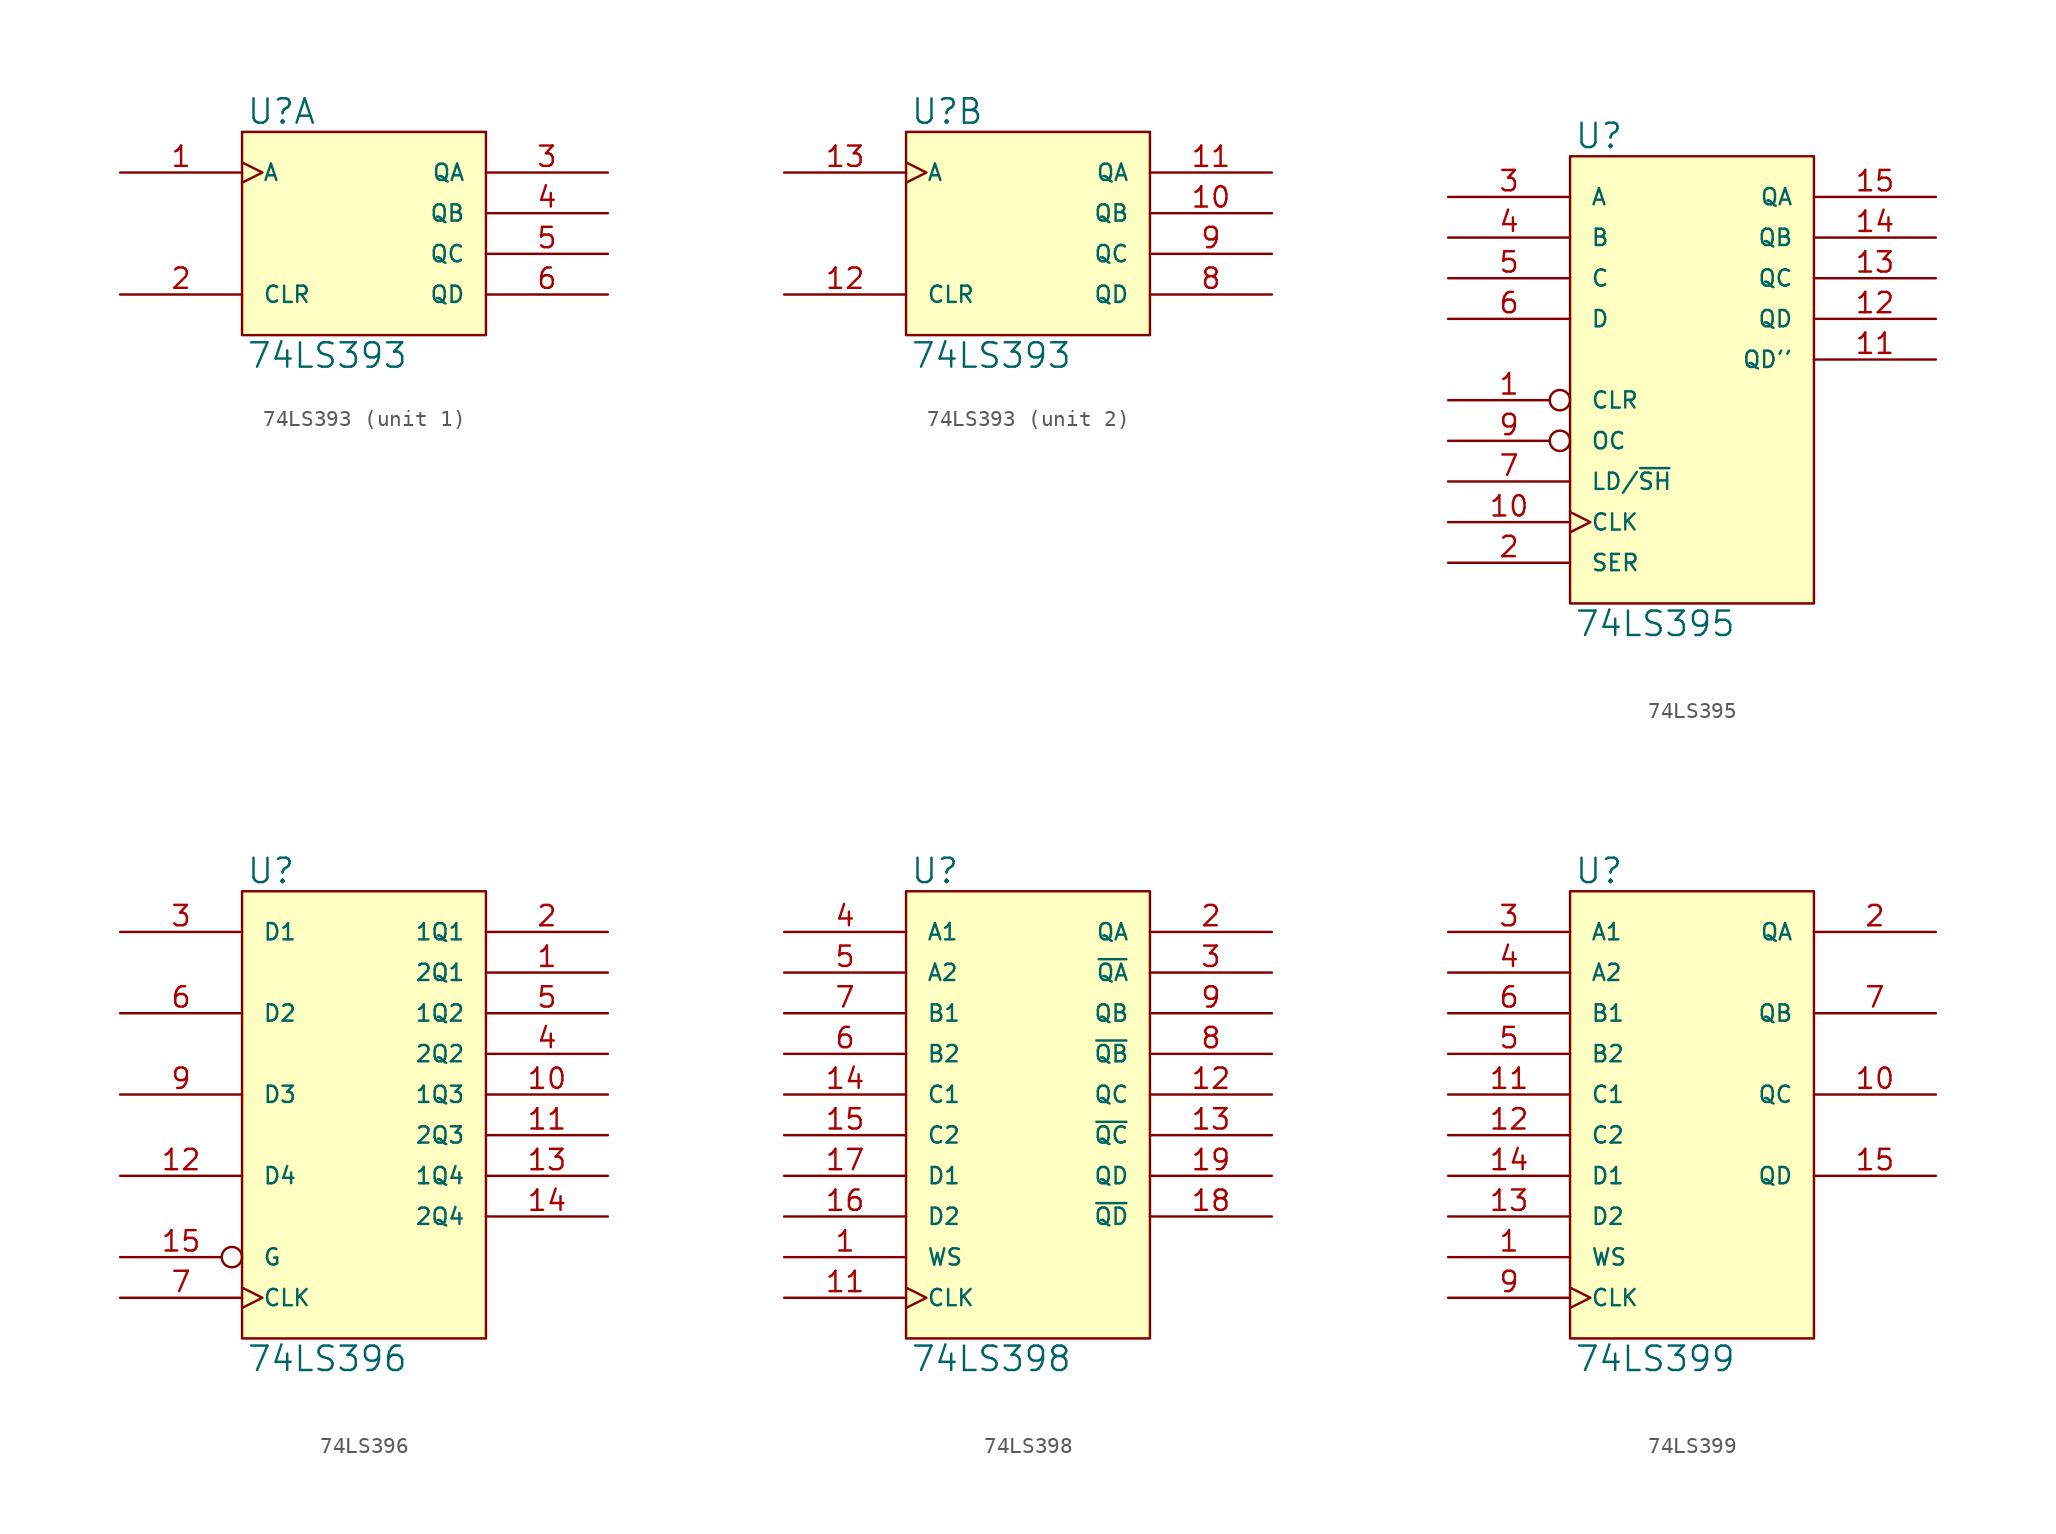
<source format=kicad_sym>
(kicad_symbol_lib
  (version 20231120)
  (generator "kicad_symbol_editor")
  (generator_version "8.0")
  (symbol "74LS393"
    (pin_names
      (offset 1.27))
    (property "Reference" "U"
      (at 0.254 0.381 0)
      (effects (font (size 1.524 1.524)) (justify left bottom)))
    (property "Value" "74LS393"
      (at 0.254 -13.081 0)
      (effects (font (size 1.524 1.524)) (justify left top)))
    (symbol "74LS393_0_1"
      (rectangle (start 0 0) (end 15.24 -12.7) (stroke (width 0) (type solid)) (fill (type background))))
    (symbol "74LS393_1_1"
      (pin input clock (at -7.62 -2.54 0) (length 7.62) (name "A" (effects (font (size 1.016 1.016)))) (number "1" (effects (font (size 1.27 1.27)))))
      (pin power_in line (at 0 0 270) (length 0) hide (name "VCC" (effects (font (size 1.016 1.016)))) (number "14" (effects (font (size 1.27 1.27)))))
      (pin input line (at -7.62 -10.16 0) (length 7.62) (name "CLR" (effects (font (size 1.016 1.016)))) (number "2" (effects (font (size 1.27 1.27)))))
      (pin output line (at 22.86 -2.54 180) (length 7.62) (name "QA" (effects (font (size 1.016 1.016)))) (number "3" (effects (font (size 1.27 1.27)))))
      (pin output line (at 22.86 -5.08 180) (length 7.62) (name "QB" (effects (font (size 1.016 1.016)))) (number "4" (effects (font (size 1.27 1.27)))))
      (pin output line (at 22.86 -7.62 180) (length 7.62) (name "QC" (effects (font (size 1.016 1.016)))) (number "5" (effects (font (size 1.27 1.27)))))
      (pin output line (at 22.86 -10.16 180) (length 7.62) (name "QD" (effects (font (size 1.016 1.016)))) (number "6" (effects (font (size 1.27 1.27)))))
      (pin power_in line (at 0 -12.7 90) (length 0) hide (name "GND" (effects (font (size 1.016 1.016)))) (number "7" (effects (font (size 1.27 1.27))))))
    (symbol "74LS393_2_1"
      (pin output line (at 22.86 -5.08 180) (length 7.62) (name "QB" (effects (font (size 1.016 1.016)))) (number "10" (effects (font (size 1.27 1.27)))))
      (pin output line (at 22.86 -2.54 180) (length 7.62) (name "QA" (effects (font (size 1.016 1.016)))) (number "11" (effects (font (size 1.27 1.27)))))
      (pin input line (at -7.62 -10.16 0) (length 7.62) (name "CLR" (effects (font (size 1.016 1.016)))) (number "12" (effects (font (size 1.27 1.27)))))
      (pin input clock (at -7.62 -2.54 0) (length 7.62) (name "A" (effects (font (size 1.016 1.016)))) (number "13" (effects (font (size 1.27 1.27)))))
      (pin power_in line (at 0 0 270) (length 0) hide (name "VCC" (effects (font (size 1.016 1.016)))) (number "14" (effects (font (size 1.27 1.27)))))
      (pin power_in line (at 0 -12.7 90) (length 0) hide (name "GND" (effects (font (size 1.016 1.016)))) (number "7" (effects (font (size 1.27 1.27)))))
      (pin output line (at 22.86 -10.16 180) (length 7.62) (name "QD" (effects (font (size 1.016 1.016)))) (number "8" (effects (font (size 1.27 1.27)))))
      (pin output line (at 22.86 -7.62 180) (length 7.62) (name "QC" (effects (font (size 1.016 1.016)))) (number "9" (effects (font (size 1.27 1.27)))))))
  (symbol "74LS395"
    (pin_names
      (offset 1.27))
    (property "Reference" "U"
      (at 0.254 0.381 0)
      (effects (font (size 1.524 1.524)) (justify left bottom)))
    (property "Value" "74LS395"
      (at 0.254 -28.321 0)
      (effects (font (size 1.524 1.524)) (justify left top)))
    (symbol "74LS395_0_1"
      (rectangle (start 0 0) (end 15.24 -27.94) (stroke (width 0) (type solid)) (fill (type background))))
    (symbol "74LS395_1_1"
      (pin input inverted (at -7.62 -15.24 0) (length 7.62) (name "CLR" (effects (font (size 1.016 1.016)))) (number "1" (effects (font (size 1.27 1.27)))))
      (pin input clock (at -7.62 -22.86 0) (length 7.62) (name "CLK" (effects (font (size 1.016 1.016)))) (number "10" (effects (font (size 1.27 1.27)))))
      (pin tri_state line (at 22.86 -12.7 180) (length 7.62) (name "QD''" (effects (font (size 1.016 1.016)))) (number "11" (effects (font (size 1.27 1.27)))))
      (pin tri_state line (at 22.86 -10.16 180) (length 7.62) (name "QD" (effects (font (size 1.016 1.016)))) (number "12" (effects (font (size 1.27 1.27)))))
      (pin tri_state line (at 22.86 -7.62 180) (length 7.62) (name "QC" (effects (font (size 1.016 1.016)))) (number "13" (effects (font (size 1.27 1.27)))))
      (pin tri_state line (at 22.86 -5.08 180) (length 7.62) (name "QB" (effects (font (size 1.016 1.016)))) (number "14" (effects (font (size 1.27 1.27)))))
      (pin tri_state line (at 22.86 -2.54 180) (length 7.62) (name "QA" (effects (font (size 1.016 1.016)))) (number "15" (effects (font (size 1.27 1.27)))))
      (pin power_in line (at 0 0 270) (length 0) hide (name "VCC" (effects (font (size 1.016 1.016)))) (number "16" (effects (font (size 1.27 1.27)))))
      (pin input line (at -7.62 -25.4 0) (length 7.62) (name "SER" (effects (font (size 1.016 1.016)))) (number "2" (effects (font (size 1.27 1.27)))))
      (pin input line (at -7.62 -2.54 0) (length 7.62) (name "A" (effects (font (size 1.016 1.016)))) (number "3" (effects (font (size 1.27 1.27)))))
      (pin input line (at -7.62 -5.08 0) (length 7.62) (name "B" (effects (font (size 1.016 1.016)))) (number "4" (effects (font (size 1.27 1.27)))))
      (pin input line (at -7.62 -7.62 0) (length 7.62) (name "C" (effects (font (size 1.016 1.016)))) (number "5" (effects (font (size 1.27 1.27)))))
      (pin input line (at -7.62 -10.16 0) (length 7.62) (name "D" (effects (font (size 1.016 1.016)))) (number "6" (effects (font (size 1.27 1.27)))))
      (pin input line (at -7.62 -20.32 0) (length 7.62) (name "LD/~{SH}" (effects (font (size 1.016 1.016)))) (number "7" (effects (font (size 1.27 1.27)))))
      (pin power_in line (at 0 -27.94 90) (length 0) hide (name "GND" (effects (font (size 1.016 1.016)))) (number "8" (effects (font (size 1.27 1.27)))))
      (pin input inverted (at -7.62 -17.78 0) (length 7.62) (name "OC" (effects (font (size 1.016 1.016)))) (number "9" (effects (font (size 1.27 1.27)))))))
  (symbol "74LS396"
    (pin_names
      (offset 1.27))
    (property "Reference" "U"
      (at 0.254 0.381 0)
      (effects (font (size 1.524 1.524)) (justify left bottom)))
    (property "Value" "74LS396"
      (at 0.254 -28.321 0)
      (effects (font (size 1.524 1.524)) (justify left top)))
    (symbol "74LS396_0_1"
      (rectangle (start 0 0) (end 15.24 -27.94) (stroke (width 0) (type solid)) (fill (type background))))
    (symbol "74LS396_1_1"
      (pin output line (at 22.86 -5.08 180) (length 7.62) (name "2Q1" (effects (font (size 1.016 1.016)))) (number "1" (effects (font (size 1.27 1.27)))))
      (pin output line (at 22.86 -12.7 180) (length 7.62) (name "1Q3" (effects (font (size 1.016 1.016)))) (number "10" (effects (font (size 1.27 1.27)))))
      (pin output line (at 22.86 -15.24 180) (length 7.62) (name "2Q3" (effects (font (size 1.016 1.016)))) (number "11" (effects (font (size 1.27 1.27)))))
      (pin input line (at -7.62 -17.78 0) (length 7.62) (name "D4" (effects (font (size 1.016 1.016)))) (number "12" (effects (font (size 1.27 1.27)))))
      (pin output line (at 22.86 -17.78 180) (length 7.62) (name "1Q4" (effects (font (size 1.016 1.016)))) (number "13" (effects (font (size 1.27 1.27)))))
      (pin output line (at 22.86 -20.32 180) (length 7.62) (name "2Q4" (effects (font (size 1.016 1.016)))) (number "14" (effects (font (size 1.27 1.27)))))
      (pin input inverted (at -7.62 -22.86 0) (length 7.62) (name "G" (effects (font (size 1.016 1.016)))) (number "15" (effects (font (size 1.27 1.27)))))
      (pin power_in line (at 0 0 270) (length 0) hide (name "VCC" (effects (font (size 1.016 1.016)))) (number "16" (effects (font (size 1.27 1.27)))))
      (pin output line (at 22.86 -2.54 180) (length 7.62) (name "1Q1" (effects (font (size 1.016 1.016)))) (number "2" (effects (font (size 1.27 1.27)))))
      (pin input line (at -7.62 -2.54 0) (length 7.62) (name "D1" (effects (font (size 1.016 1.016)))) (number "3" (effects (font (size 1.27 1.27)))))
      (pin output line (at 22.86 -10.16 180) (length 7.62) (name "2Q2" (effects (font (size 1.016 1.016)))) (number "4" (effects (font (size 1.27 1.27)))))
      (pin output line (at 22.86 -7.62 180) (length 7.62) (name "1Q2" (effects (font (size 1.016 1.016)))) (number "5" (effects (font (size 1.27 1.27)))))
      (pin input line (at -7.62 -7.62 0) (length 7.62) (name "D2" (effects (font (size 1.016 1.016)))) (number "6" (effects (font (size 1.27 1.27)))))
      (pin input clock (at -7.62 -25.4 0) (length 7.62) (name "CLK" (effects (font (size 1.016 1.016)))) (number "7" (effects (font (size 1.27 1.27)))))
      (pin power_in line (at 0 -27.94 90) (length 0) hide (name "GND" (effects (font (size 1.016 1.016)))) (number "8" (effects (font (size 1.27 1.27)))))
      (pin input line (at -7.62 -12.7 0) (length 7.62) (name "D3" (effects (font (size 1.016 1.016)))) (number "9" (effects (font (size 1.27 1.27)))))))
  (symbol "74LS398"
    (pin_names
      (offset 1.27))
    (property "Reference" "U"
      (at 0.254 0.381 0)
      (effects (font (size 1.524 1.524)) (justify left bottom)))
    (property "Value" "74LS398"
      (at 0.254 -28.321 0)
      (effects (font (size 1.524 1.524)) (justify left top)))
    (symbol "74LS398_0_1"
      (rectangle (start 0 0) (end 15.24 -27.94) (stroke (width 0) (type solid)) (fill (type background))))
    (symbol "74LS398_1_1"
      (pin input line (at -7.62 -22.86 0) (length 7.62) (name "WS" (effects (font (size 1.016 1.016)))) (number "1" (effects (font (size 1.27 1.27)))))
      (pin power_in line (at 0 -27.94 90) (length 0) hide (name "GND" (effects (font (size 1.016 1.016)))) (number "10" (effects (font (size 1.27 1.27)))))
      (pin input clock (at -7.62 -25.4 0) (length 7.62) (name "CLK" (effects (font (size 1.016 1.016)))) (number "11" (effects (font (size 1.27 1.27)))))
      (pin output line (at 22.86 -12.7 180) (length 7.62) (name "QC" (effects (font (size 1.016 1.016)))) (number "12" (effects (font (size 1.27 1.27)))))
      (pin output line (at 22.86 -15.24 180) (length 7.62) (name "~{QC}" (effects (font (size 1.016 1.016)))) (number "13" (effects (font (size 1.27 1.27)))))
      (pin input line (at -7.62 -12.7 0) (length 7.62) (name "C1" (effects (font (size 1.016 1.016)))) (number "14" (effects (font (size 1.27 1.27)))))
      (pin input line (at -7.62 -15.24 0) (length 7.62) (name "C2" (effects (font (size 1.016 1.016)))) (number "15" (effects (font (size 1.27 1.27)))))
      (pin input line (at -7.62 -20.32 0) (length 7.62) (name "D2" (effects (font (size 1.016 1.016)))) (number "16" (effects (font (size 1.27 1.27)))))
      (pin input line (at -7.62 -17.78 0) (length 7.62) (name "D1" (effects (font (size 1.016 1.016)))) (number "17" (effects (font (size 1.27 1.27)))))
      (pin output line (at 22.86 -20.32 180) (length 7.62) (name "~{QD}" (effects (font (size 1.016 1.016)))) (number "18" (effects (font (size 1.27 1.27)))))
      (pin output line (at 22.86 -17.78 180) (length 7.62) (name "QD" (effects (font (size 1.016 1.016)))) (number "19" (effects (font (size 1.27 1.27)))))
      (pin output line (at 22.86 -2.54 180) (length 7.62) (name "QA" (effects (font (size 1.016 1.016)))) (number "2" (effects (font (size 1.27 1.27)))))
      (pin power_in line (at 0 0 270) (length 0) hide (name "VCC" (effects (font (size 1.016 1.016)))) (number "20" (effects (font (size 1.27 1.27)))))
      (pin output line (at 22.86 -5.08 180) (length 7.62) (name "~{QA}" (effects (font (size 1.016 1.016)))) (number "3" (effects (font (size 1.27 1.27)))))
      (pin input line (at -7.62 -2.54 0) (length 7.62) (name "A1" (effects (font (size 1.016 1.016)))) (number "4" (effects (font (size 1.27 1.27)))))
      (pin input line (at -7.62 -5.08 0) (length 7.62) (name "A2" (effects (font (size 1.016 1.016)))) (number "5" (effects (font (size 1.27 1.27)))))
      (pin input line (at -7.62 -10.16 0) (length 7.62) (name "B2" (effects (font (size 1.016 1.016)))) (number "6" (effects (font (size 1.27 1.27)))))
      (pin input line (at -7.62 -7.62 0) (length 7.62) (name "B1" (effects (font (size 1.016 1.016)))) (number "7" (effects (font (size 1.27 1.27)))))
      (pin output line (at 22.86 -10.16 180) (length 7.62) (name "~{QB}" (effects (font (size 1.016 1.016)))) (number "8" (effects (font (size 1.27 1.27)))))
      (pin output line (at 22.86 -7.62 180) (length 7.62) (name "QB" (effects (font (size 1.016 1.016)))) (number "9" (effects (font (size 1.27 1.27)))))))
  (symbol "74LS399"
    (pin_names
      (offset 1.27))
    (property "Reference" "U"
      (at 0.254 0.381 0)
      (effects (font (size 1.524 1.524)) (justify left bottom)))
    (property "Value" "74LS399"
      (at 0.254 -28.321 0)
      (effects (font (size 1.524 1.524)) (justify left top)))
    (symbol "74LS399_0_1"
      (rectangle (start 0 0) (end 15.24 -27.94) (stroke (width 0) (type solid)) (fill (type background))))
    (symbol "74LS399_1_1"
      (pin input line (at -7.62 -22.86 0) (length 7.62) (name "WS" (effects (font (size 1.016 1.016)))) (number "1" (effects (font (size 1.27 1.27)))))
      (pin output line (at 22.86 -12.7 180) (length 7.62) (name "QC" (effects (font (size 1.016 1.016)))) (number "10" (effects (font (size 1.27 1.27)))))
      (pin input line (at -7.62 -12.7 0) (length 7.62) (name "C1" (effects (font (size 1.016 1.016)))) (number "11" (effects (font (size 1.27 1.27)))))
      (pin input line (at -7.62 -15.24 0) (length 7.62) (name "C2" (effects (font (size 1.016 1.016)))) (number "12" (effects (font (size 1.27 1.27)))))
      (pin input line (at -7.62 -20.32 0) (length 7.62) (name "D2" (effects (font (size 1.016 1.016)))) (number "13" (effects (font (size 1.27 1.27)))))
      (pin input line (at -7.62 -17.78 0) (length 7.62) (name "D1" (effects (font (size 1.016 1.016)))) (number "14" (effects (font (size 1.27 1.27)))))
      (pin output line (at 22.86 -17.78 180) (length 7.62) (name "QD" (effects (font (size 1.016 1.016)))) (number "15" (effects (font (size 1.27 1.27)))))
      (pin power_in line (at 0 0 270) (length 0) hide (name "VCC" (effects (font (size 1.016 1.016)))) (number "16" (effects (font (size 1.27 1.27)))))
      (pin output line (at 22.86 -2.54 180) (length 7.62) (name "QA" (effects (font (size 1.016 1.016)))) (number "2" (effects (font (size 1.27 1.27)))))
      (pin input line (at -7.62 -2.54 0) (length 7.62) (name "A1" (effects (font (size 1.016 1.016)))) (number "3" (effects (font (size 1.27 1.27)))))
      (pin input line (at -7.62 -5.08 0) (length 7.62) (name "A2" (effects (font (size 1.016 1.016)))) (number "4" (effects (font (size 1.27 1.27)))))
      (pin input line (at -7.62 -10.16 0) (length 7.62) (name "B2" (effects (font (size 1.016 1.016)))) (number "5" (effects (font (size 1.27 1.27)))))
      (pin input line (at -7.62 -7.62 0) (length 7.62) (name "B1" (effects (font (size 1.016 1.016)))) (number "6" (effects (font (size 1.27 1.27)))))
      (pin output line (at 22.86 -7.62 180) (length 7.62) (name "QB" (effects (font (size 1.016 1.016)))) (number "7" (effects (font (size 1.27 1.27)))))
      (pin power_in line (at 0 -27.94 90) (length 0) hide (name "GND" (effects (font (size 1.016 1.016)))) (number "8" (effects (font (size 1.27 1.27)))))
      (pin input clock (at -7.62 -25.4 0) (length 7.62) (name "CLK" (effects (font (size 1.016 1.016)))) (number "9" (effects (font (size 1.27 1.27))))))))
</source>
